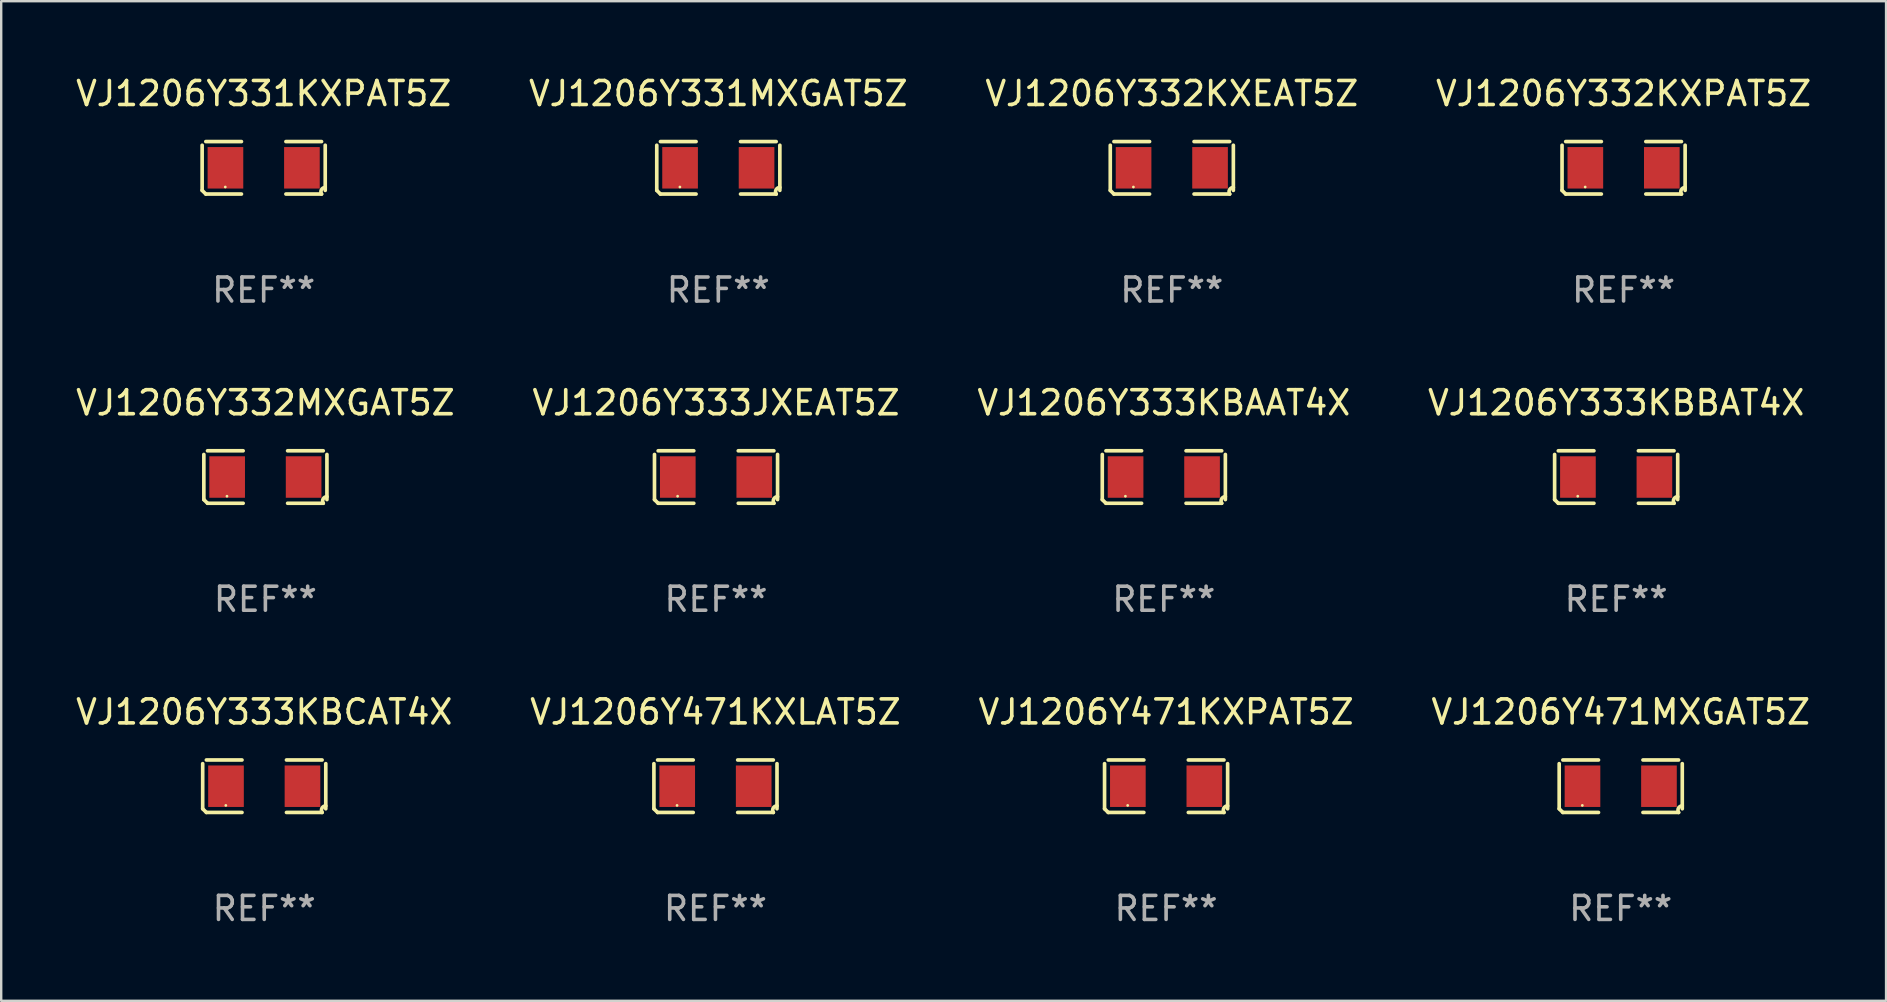
<source format=kicad_pcb>
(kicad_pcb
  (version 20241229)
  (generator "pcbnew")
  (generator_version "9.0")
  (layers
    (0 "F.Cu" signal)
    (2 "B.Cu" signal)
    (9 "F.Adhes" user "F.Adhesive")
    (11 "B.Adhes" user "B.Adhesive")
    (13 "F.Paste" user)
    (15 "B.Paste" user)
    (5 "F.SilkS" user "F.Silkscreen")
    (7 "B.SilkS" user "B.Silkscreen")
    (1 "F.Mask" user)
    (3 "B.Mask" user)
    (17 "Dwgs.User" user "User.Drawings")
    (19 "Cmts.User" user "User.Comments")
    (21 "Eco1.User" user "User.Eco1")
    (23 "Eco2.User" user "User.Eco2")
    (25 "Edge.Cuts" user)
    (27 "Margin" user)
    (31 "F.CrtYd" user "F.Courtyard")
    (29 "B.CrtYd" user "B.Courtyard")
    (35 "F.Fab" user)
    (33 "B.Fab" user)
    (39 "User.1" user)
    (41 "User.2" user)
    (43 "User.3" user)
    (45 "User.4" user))
  (footprint "VJ1206Y471KXLAT5Z"
    (layer "F.Cu")
    (at 26.756 29.704)
    (property "Reference" "VJ1206Y471KXLAT5Z" (at 0 -3.093 0) (layer "F.SilkS") (effects (font (size 1 1) (thickness 0.15))))
    (attr through_hole)
    (fp_line (start -2.564 0.94) (end -2.564 -0.94) (stroke (width 0.152) (type solid)) (layer "F.SilkS"))
    (fp_line (start -2.411 -1.093) (end -0.926 -1.093) (stroke (width 0.152) (type solid)) (layer "F.SilkS"))
    (fp_line (start -0.926 1.093) (end -2.411 1.093) (stroke (width 0.152) (type solid)) (layer "F.SilkS"))
    (fp_line (start 0.926 1.093) (end 2.411 1.093) (stroke (width 0.152) (type solid)) (layer "F.SilkS"))
    (fp_line (start 2.411 -1.093) (end 0.926 -1.093) (stroke (width 0.152) (type solid)) (layer "F.SilkS"))
    (fp_line (start 2.564 0.94) (end 2.564 -0.94) (stroke (width 0.152) (type solid)) (layer "F.SilkS"))
    (fp_arc (start -2.411201 1.092609) (mid -2.487413 1.01642) (end -2.563602 0.940208) (stroke (width 0.1524) (type solid)) (layer "F.SilkS"))
    (fp_arc (start 2.411201 1.092609) (mid 2.407159 0.911226) (end 2.563602 0.819347) (stroke (width 0.1524) (type solid)) (layer "F.SilkS"))
    (fp_circle (center -1.6 0.8) (end -1.57 0.8) (stroke (width 0.06) (type solid)) (fill no) (layer "F.SilkS"))
    (fp_text user "REF**" (at 0 5.093 0) (layer "F.Fab") (effects (font (size 1 1) (thickness 0.15))))
    (pad "1" smd rect (at -1.593 0) (size 1.485 1.728) (layers "F.Cu" "F.Mask" "F.Paste"))
    (pad "2" smd rect (at 1.593 0) (size 1.485 1.728) (layers "F.Cu" "F.Mask" "F.Paste")))
  (footprint "VJ1206Y331KXPAT5Z"
    (layer "F.Cu")
    (at 7.935 3.941)
    (property "Reference" "VJ1206Y331KXPAT5Z" (at 0 -3.093 0) (layer "F.SilkS") (effects (font (size 1 1) (thickness 0.15))))
    (attr through_hole)
    (fp_line (start -2.564 0.94) (end -2.564 -0.94) (stroke (width 0.152) (type solid)) (layer "F.SilkS"))
    (fp_line (start -2.411 -1.093) (end -0.926 -1.093) (stroke (width 0.152) (type solid)) (layer "F.SilkS"))
    (fp_line (start -0.926 1.093) (end -2.411 1.093) (stroke (width 0.152) (type solid)) (layer "F.SilkS"))
    (fp_line (start 0.926 1.093) (end 2.411 1.093) (stroke (width 0.152) (type solid)) (layer "F.SilkS"))
    (fp_line (start 2.411 -1.093) (end 0.926 -1.093) (stroke (width 0.152) (type solid)) (layer "F.SilkS"))
    (fp_line (start 2.564 0.94) (end 2.564 -0.94) (stroke (width 0.152) (type solid)) (layer "F.SilkS"))
    (fp_arc (start -2.411201 1.092609) (mid -2.487413 1.01642) (end -2.563602 0.940208) (stroke (width 0.1524) (type solid)) (layer "F.SilkS"))
    (fp_arc (start 2.411201 1.092609) (mid 2.407159 0.911226) (end 2.563602 0.819347) (stroke (width 0.1524) (type solid)) (layer "F.SilkS"))
    (fp_circle (center -1.6 0.8) (end -1.57 0.8) (stroke (width 0.06) (type solid)) (fill no) (layer "F.SilkS"))
    (fp_text user "REF**" (at 0 5.093 0) (layer "F.Fab") (effects (font (size 1 1) (thickness 0.15))))
    (pad "1" smd rect (at -1.593 0) (size 1.485 1.728) (layers "F.Cu" "F.Mask" "F.Paste"))
    (pad "2" smd rect (at 1.593 0) (size 1.485 1.728) (layers "F.Cu" "F.Mask" "F.Paste")))
  (footprint "VJ1206Y333KBAAT4X"
    (layer "F.Cu")
    (at 45.435 16.823)
    (property "Reference" "VJ1206Y333KBAAT4X" (at 0 -3.093 0) (layer "F.SilkS") (effects (font (size 1 1) (thickness 0.15))))
    (attr through_hole)
    (fp_line (start -2.564 0.94) (end -2.564 -0.94) (stroke (width 0.152) (type solid)) (layer "F.SilkS"))
    (fp_line (start -2.411 -1.093) (end -0.926 -1.093) (stroke (width 0.152) (type solid)) (layer "F.SilkS"))
    (fp_line (start -0.926 1.093) (end -2.411 1.093) (stroke (width 0.152) (type solid)) (layer "F.SilkS"))
    (fp_line (start 0.926 1.093) (end 2.411 1.093) (stroke (width 0.152) (type solid)) (layer "F.SilkS"))
    (fp_line (start 2.411 -1.093) (end 0.926 -1.093) (stroke (width 0.152) (type solid)) (layer "F.SilkS"))
    (fp_line (start 2.564 0.94) (end 2.564 -0.94) (stroke (width 0.152) (type solid)) (layer "F.SilkS"))
    (fp_arc (start -2.411201 1.092609) (mid -2.487413 1.01642) (end -2.563602 0.940208) (stroke (width 0.1524) (type solid)) (layer "F.SilkS"))
    (fp_arc (start 2.411201 1.092609) (mid 2.407159 0.911226) (end 2.563602 0.819347) (stroke (width 0.1524) (type solid)) (layer "F.SilkS"))
    (fp_circle (center -1.6 0.8) (end -1.57 0.8) (stroke (width 0.06) (type solid)) (fill no) (layer "F.SilkS"))
    (fp_text user "REF**" (at 0 5.093 0) (layer "F.Fab") (effects (font (size 1 1) (thickness 0.15))))
    (pad "1" smd rect (at -1.593 0) (size 1.485 1.728) (layers "F.Cu" "F.Mask" "F.Paste"))
    (pad "2" smd rect (at 1.593 0) (size 1.485 1.728) (layers "F.Cu" "F.Mask" "F.Paste")))
  (footprint "VJ1206Y333KBBAT4X"
    (layer "F.Cu")
    (at 64.28 16.823)
    (property "Reference" "VJ1206Y333KBBAT4X" (at 0 -3.093 0) (layer "F.SilkS") (effects (font (size 1 1) (thickness 0.15))))
    (attr through_hole)
    (fp_line (start -2.564 0.94) (end -2.564 -0.94) (stroke (width 0.152) (type solid)) (layer "F.SilkS"))
    (fp_line (start -2.411 -1.093) (end -0.926 -1.093) (stroke (width 0.152) (type solid)) (layer "F.SilkS"))
    (fp_line (start -0.926 1.093) (end -2.411 1.093) (stroke (width 0.152) (type solid)) (layer "F.SilkS"))
    (fp_line (start 0.926 1.093) (end 2.411 1.093) (stroke (width 0.152) (type solid)) (layer "F.SilkS"))
    (fp_line (start 2.411 -1.093) (end 0.926 -1.093) (stroke (width 0.152) (type solid)) (layer "F.SilkS"))
    (fp_line (start 2.564 0.94) (end 2.564 -0.94) (stroke (width 0.152) (type solid)) (layer "F.SilkS"))
    (fp_arc (start -2.411201 1.092609) (mid -2.487413 1.01642) (end -2.563602 0.940208) (stroke (width 0.1524) (type solid)) (layer "F.SilkS"))
    (fp_arc (start 2.411201 1.092609) (mid 2.407159 0.911226) (end 2.563602 0.819347) (stroke (width 0.1524) (type solid)) (layer "F.SilkS"))
    (fp_circle (center -1.6 0.8) (end -1.57 0.8) (stroke (width 0.06) (type solid)) (fill no) (layer "F.SilkS"))
    (fp_text user "REF**" (at 0 5.093 0) (layer "F.Fab") (effects (font (size 1 1) (thickness 0.15))))
    (pad "1" smd rect (at -1.593 0) (size 1.485 1.728) (layers "F.Cu" "F.Mask" "F.Paste"))
    (pad "2" smd rect (at 1.593 0) (size 1.485 1.728) (layers "F.Cu" "F.Mask" "F.Paste")))
  (footprint "VJ1206Y332KXEAT5Z"
    (layer "F.Cu")
    (at 45.768 3.941)
    (property "Reference" "VJ1206Y332KXEAT5Z" (at 0 -3.093 0) (layer "F.SilkS") (effects (font (size 1 1) (thickness 0.15))))
    (attr through_hole)
    (fp_line (start -2.564 0.94) (end -2.564 -0.94) (stroke (width 0.152) (type solid)) (layer "F.SilkS"))
    (fp_line (start -2.411 -1.093) (end -0.926 -1.093) (stroke (width 0.152) (type solid)) (layer "F.SilkS"))
    (fp_line (start -0.926 1.093) (end -2.411 1.093) (stroke (width 0.152) (type solid)) (layer "F.SilkS"))
    (fp_line (start 0.926 1.093) (end 2.411 1.093) (stroke (width 0.152) (type solid)) (layer "F.SilkS"))
    (fp_line (start 2.411 -1.093) (end 0.926 -1.093) (stroke (width 0.152) (type solid)) (layer "F.SilkS"))
    (fp_line (start 2.564 0.94) (end 2.564 -0.94) (stroke (width 0.152) (type solid)) (layer "F.SilkS"))
    (fp_arc (start -2.411201 1.092609) (mid -2.487413 1.01642) (end -2.563602 0.940208) (stroke (width 0.1524) (type solid)) (layer "F.SilkS"))
    (fp_arc (start 2.411201 1.092609) (mid 2.407159 0.911226) (end 2.563602 0.819347) (stroke (width 0.1524) (type solid)) (layer "F.SilkS"))
    (fp_circle (center -1.6 0.8) (end -1.57 0.8) (stroke (width 0.06) (type solid)) (fill no) (layer "F.SilkS"))
    (fp_text user "REF**" (at 0 5.093 0) (layer "F.Fab") (effects (font (size 1 1) (thickness 0.15))))
    (pad "1" smd rect (at -1.593 0) (size 1.485 1.728) (layers "F.Cu" "F.Mask" "F.Paste"))
    (pad "2" smd rect (at 1.593 0) (size 1.485 1.728) (layers "F.Cu" "F.Mask" "F.Paste")))
  (footprint "VJ1206Y471KXPAT5Z"
    (layer "F.Cu")
    (at 45.53 29.704)
    (property "Reference" "VJ1206Y471KXPAT5Z" (at 0 -3.093 0) (layer "F.SilkS") (effects (font (size 1 1) (thickness 0.15))))
    (attr through_hole)
    (fp_line (start -2.564 0.94) (end -2.564 -0.94) (stroke (width 0.152) (type solid)) (layer "F.SilkS"))
    (fp_line (start -2.411 -1.093) (end -0.926 -1.093) (stroke (width 0.152) (type solid)) (layer "F.SilkS"))
    (fp_line (start -0.926 1.093) (end -2.411 1.093) (stroke (width 0.152) (type solid)) (layer "F.SilkS"))
    (fp_line (start 0.926 1.093) (end 2.411 1.093) (stroke (width 0.152) (type solid)) (layer "F.SilkS"))
    (fp_line (start 2.411 -1.093) (end 0.926 -1.093) (stroke (width 0.152) (type solid)) (layer "F.SilkS"))
    (fp_line (start 2.564 0.94) (end 2.564 -0.94) (stroke (width 0.152) (type solid)) (layer "F.SilkS"))
    (fp_arc (start -2.411201 1.092609) (mid -2.487413 1.01642) (end -2.563602 0.940208) (stroke (width 0.1524) (type solid)) (layer "F.SilkS"))
    (fp_arc (start 2.411201 1.092609) (mid 2.407159 0.911226) (end 2.563602 0.819347) (stroke (width 0.1524) (type solid)) (layer "F.SilkS"))
    (fp_circle (center -1.6 0.8) (end -1.57 0.8) (stroke (width 0.06) (type solid)) (fill no) (layer "F.SilkS"))
    (fp_text user "REF**" (at 0 5.093 0) (layer "F.Fab") (effects (font (size 1 1) (thickness 0.15))))
    (pad "1" smd rect (at -1.593 0) (size 1.485 1.728) (layers "F.Cu" "F.Mask" "F.Paste"))
    (pad "2" smd rect (at 1.593 0) (size 1.485 1.728) (layers "F.Cu" "F.Mask" "F.Paste")))
  (footprint "VJ1206Y333JXEAT5Z"
    (layer "F.Cu")
    (at 26.78 16.823)
    (property "Reference" "VJ1206Y333JXEAT5Z" (at 0 -3.093 0) (layer "F.SilkS") (effects (font (size 1 1) (thickness 0.15))))
    (attr through_hole)
    (fp_line (start -2.564 0.94) (end -2.564 -0.94) (stroke (width 0.152) (type solid)) (layer "F.SilkS"))
    (fp_line (start -2.411 -1.093) (end -0.926 -1.093) (stroke (width 0.152) (type solid)) (layer "F.SilkS"))
    (fp_line (start -0.926 1.093) (end -2.411 1.093) (stroke (width 0.152) (type solid)) (layer "F.SilkS"))
    (fp_line (start 0.926 1.093) (end 2.411 1.093) (stroke (width 0.152) (type solid)) (layer "F.SilkS"))
    (fp_line (start 2.411 -1.093) (end 0.926 -1.093) (stroke (width 0.152) (type solid)) (layer "F.SilkS"))
    (fp_line (start 2.564 0.94) (end 2.564 -0.94) (stroke (width 0.152) (type solid)) (layer "F.SilkS"))
    (fp_arc (start -2.411201 1.092609) (mid -2.487413 1.01642) (end -2.563602 0.940208) (stroke (width 0.1524) (type solid)) (layer "F.SilkS"))
    (fp_arc (start 2.411201 1.092609) (mid 2.407159 0.911226) (end 2.563602 0.819347) (stroke (width 0.1524) (type solid)) (layer "F.SilkS"))
    (fp_circle (center -1.6 0.8) (end -1.57 0.8) (stroke (width 0.06) (type solid)) (fill no) (layer "F.SilkS"))
    (fp_text user "REF**" (at 0 5.093 0) (layer "F.Fab") (effects (font (size 1 1) (thickness 0.15))))
    (pad "1" smd rect (at -1.593 0) (size 1.485 1.728) (layers "F.Cu" "F.Mask" "F.Paste"))
    (pad "2" smd rect (at 1.593 0) (size 1.485 1.728) (layers "F.Cu" "F.Mask" "F.Paste")))
  (footprint "VJ1206Y333KBCAT4X"
    (layer "F.Cu")
    (at 7.958 29.704)
    (property "Reference" "VJ1206Y333KBCAT4X" (at 0 -3.093 0) (layer "F.SilkS") (effects (font (size 1 1) (thickness 0.15))))
    (attr through_hole)
    (fp_line (start -2.564 0.94) (end -2.564 -0.94) (stroke (width 0.152) (type solid)) (layer "F.SilkS"))
    (fp_line (start -2.411 -1.093) (end -0.926 -1.093) (stroke (width 0.152) (type solid)) (layer "F.SilkS"))
    (fp_line (start -0.926 1.093) (end -2.411 1.093) (stroke (width 0.152) (type solid)) (layer "F.SilkS"))
    (fp_line (start 0.926 1.093) (end 2.411 1.093) (stroke (width 0.152) (type solid)) (layer "F.SilkS"))
    (fp_line (start 2.411 -1.093) (end 0.926 -1.093) (stroke (width 0.152) (type solid)) (layer "F.SilkS"))
    (fp_line (start 2.564 0.94) (end 2.564 -0.94) (stroke (width 0.152) (type solid)) (layer "F.SilkS"))
    (fp_arc (start -2.411201 1.092609) (mid -2.487413 1.01642) (end -2.563602 0.940208) (stroke (width 0.1524) (type solid)) (layer "F.SilkS"))
    (fp_arc (start 2.411201 1.092609) (mid 2.407159 0.911226) (end 2.563602 0.819347) (stroke (width 0.1524) (type solid)) (layer "F.SilkS"))
    (fp_circle (center -1.6 0.8) (end -1.57 0.8) (stroke (width 0.06) (type solid)) (fill no) (layer "F.SilkS"))
    (fp_text user "REF**" (at 0 5.093 0) (layer "F.Fab") (effects (font (size 1 1) (thickness 0.15))))
    (pad "1" smd rect (at -1.593 0) (size 1.485 1.728) (layers "F.Cu" "F.Mask" "F.Paste"))
    (pad "2" smd rect (at 1.593 0) (size 1.485 1.728) (layers "F.Cu" "F.Mask" "F.Paste")))
  (footprint "VJ1206Y332KXPAT5Z"
    (layer "F.Cu")
    (at 64.589 3.941)
    (property "Reference" "VJ1206Y332KXPAT5Z" (at 0 -3.093 0) (layer "F.SilkS") (effects (font (size 1 1) (thickness 0.15))))
    (attr through_hole)
    (fp_line (start -2.564 0.94) (end -2.564 -0.94) (stroke (width 0.152) (type solid)) (layer "F.SilkS"))
    (fp_line (start -2.411 -1.093) (end -0.926 -1.093) (stroke (width 0.152) (type solid)) (layer "F.SilkS"))
    (fp_line (start -0.926 1.093) (end -2.411 1.093) (stroke (width 0.152) (type solid)) (layer "F.SilkS"))
    (fp_line (start 0.926 1.093) (end 2.411 1.093) (stroke (width 0.152) (type solid)) (layer "F.SilkS"))
    (fp_line (start 2.411 -1.093) (end 0.926 -1.093) (stroke (width 0.152) (type solid)) (layer "F.SilkS"))
    (fp_line (start 2.564 0.94) (end 2.564 -0.94) (stroke (width 0.152) (type solid)) (layer "F.SilkS"))
    (fp_arc (start -2.411201 1.092609) (mid -2.487413 1.01642) (end -2.563602 0.940208) (stroke (width 0.1524) (type solid)) (layer "F.SilkS"))
    (fp_arc (start 2.411201 1.092609) (mid 2.407159 0.911226) (end 2.563602 0.819347) (stroke (width 0.1524) (type solid)) (layer "F.SilkS"))
    (fp_circle (center -1.6 0.8) (end -1.57 0.8) (stroke (width 0.06) (type solid)) (fill no) (layer "F.SilkS"))
    (fp_text user "REF**" (at 0 5.093 0) (layer "F.Fab") (effects (font (size 1 1) (thickness 0.15))))
    (pad "1" smd rect (at -1.593 0) (size 1.485 1.728) (layers "F.Cu" "F.Mask" "F.Paste"))
    (pad "2" smd rect (at 1.593 0) (size 1.485 1.728) (layers "F.Cu" "F.Mask" "F.Paste")))
  (footprint "VJ1206Y471MXGAT5Z"
    (layer "F.Cu")
    (at 64.47 29.704)
    (property "Reference" "VJ1206Y471MXGAT5Z" (at 0 -3.093 0) (layer "F.SilkS") (effects (font (size 1 1) (thickness 0.15))))
    (attr through_hole)
    (fp_line (start -2.564 0.94) (end -2.564 -0.94) (stroke (width 0.152) (type solid)) (layer "F.SilkS"))
    (fp_line (start -2.411 -1.093) (end -0.926 -1.093) (stroke (width 0.152) (type solid)) (layer "F.SilkS"))
    (fp_line (start -0.926 1.093) (end -2.411 1.093) (stroke (width 0.152) (type solid)) (layer "F.SilkS"))
    (fp_line (start 0.926 1.093) (end 2.411 1.093) (stroke (width 0.152) (type solid)) (layer "F.SilkS"))
    (fp_line (start 2.411 -1.093) (end 0.926 -1.093) (stroke (width 0.152) (type solid)) (layer "F.SilkS"))
    (fp_line (start 2.564 0.94) (end 2.564 -0.94) (stroke (width 0.152) (type solid)) (layer "F.SilkS"))
    (fp_arc (start -2.411201 1.092609) (mid -2.487413 1.01642) (end -2.563602 0.940208) (stroke (width 0.1524) (type solid)) (layer "F.SilkS"))
    (fp_arc (start 2.411201 1.092609) (mid 2.407159 0.911226) (end 2.563602 0.819347) (stroke (width 0.1524) (type solid)) (layer "F.SilkS"))
    (fp_circle (center -1.6 0.8) (end -1.57 0.8) (stroke (width 0.06) (type solid)) (fill no) (layer "F.SilkS"))
    (fp_text user "REF**" (at 0 5.093 0) (layer "F.Fab") (effects (font (size 1 1) (thickness 0.15))))
    (pad "1" smd rect (at -1.593 0) (size 1.485 1.728) (layers "F.Cu" "F.Mask" "F.Paste"))
    (pad "2" smd rect (at 1.593 0) (size 1.485 1.728) (layers "F.Cu" "F.Mask" "F.Paste")))
  (footprint "VJ1206Y331MXGAT5Z"
    (layer "F.Cu")
    (at 26.875 3.941)
    (property "Reference" "VJ1206Y331MXGAT5Z" (at 0 -3.093 0) (layer "F.SilkS") (effects (font (size 1 1) (thickness 0.15))))
    (attr through_hole)
    (fp_line (start -2.564 0.94) (end -2.564 -0.94) (stroke (width 0.152) (type solid)) (layer "F.SilkS"))
    (fp_line (start -2.411 -1.093) (end -0.926 -1.093) (stroke (width 0.152) (type solid)) (layer "F.SilkS"))
    (fp_line (start -0.926 1.093) (end -2.411 1.093) (stroke (width 0.152) (type solid)) (layer "F.SilkS"))
    (fp_line (start 0.926 1.093) (end 2.411 1.093) (stroke (width 0.152) (type solid)) (layer "F.SilkS"))
    (fp_line (start 2.411 -1.093) (end 0.926 -1.093) (stroke (width 0.152) (type solid)) (layer "F.SilkS"))
    (fp_line (start 2.564 0.94) (end 2.564 -0.94) (stroke (width 0.152) (type solid)) (layer "F.SilkS"))
    (fp_arc (start -2.411201 1.092609) (mid -2.487413 1.01642) (end -2.563602 0.940208) (stroke (width 0.1524) (type solid)) (layer "F.SilkS"))
    (fp_arc (start 2.411201 1.092609) (mid 2.407159 0.911226) (end 2.563602 0.819347) (stroke (width 0.1524) (type solid)) (layer "F.SilkS"))
    (fp_circle (center -1.6 0.8) (end -1.57 0.8) (stroke (width 0.06) (type solid)) (fill no) (layer "F.SilkS"))
    (fp_text user "REF**" (at 0 5.093 0) (layer "F.Fab") (effects (font (size 1 1) (thickness 0.15))))
    (pad "1" smd rect (at -1.593 0) (size 1.485 1.728) (layers "F.Cu" "F.Mask" "F.Paste"))
    (pad "2" smd rect (at 1.593 0) (size 1.485 1.728) (layers "F.Cu" "F.Mask" "F.Paste")))
  (footprint "VJ1206Y332MXGAT5Z"
    (layer "F.Cu")
    (at 8.006 16.823)
    (property "Reference" "VJ1206Y332MXGAT5Z" (at 0 -3.093 0) (layer "F.SilkS") (effects (font (size 1 1) (thickness 0.15))))
    (attr through_hole)
    (fp_line (start -2.564 0.94) (end -2.564 -0.94) (stroke (width 0.152) (type solid)) (layer "F.SilkS"))
    (fp_line (start -2.411 -1.093) (end -0.926 -1.093) (stroke (width 0.152) (type solid)) (layer "F.SilkS"))
    (fp_line (start -0.926 1.093) (end -2.411 1.093) (stroke (width 0.152) (type solid)) (layer "F.SilkS"))
    (fp_line (start 0.926 1.093) (end 2.411 1.093) (stroke (width 0.152) (type solid)) (layer "F.SilkS"))
    (fp_line (start 2.411 -1.093) (end 0.926 -1.093) (stroke (width 0.152) (type solid)) (layer "F.SilkS"))
    (fp_line (start 2.564 0.94) (end 2.564 -0.94) (stroke (width 0.152) (type solid)) (layer "F.SilkS"))
    (fp_arc (start -2.411201 1.092609) (mid -2.487413 1.01642) (end -2.563602 0.940208) (stroke (width 0.1524) (type solid)) (layer "F.SilkS"))
    (fp_arc (start 2.411201 1.092609) (mid 2.407159 0.911226) (end 2.563602 0.819347) (stroke (width 0.1524) (type solid)) (layer "F.SilkS"))
    (fp_circle (center -1.6 0.8) (end -1.57 0.8) (stroke (width 0.06) (type solid)) (fill no) (layer "F.SilkS"))
    (fp_text user "REF**" (at 0 5.093 0) (layer "F.Fab") (effects (font (size 1 1) (thickness 0.15))))
    (pad "1" smd rect (at -1.593 0) (size 1.485 1.728) (layers "F.Cu" "F.Mask" "F.Paste"))
    (pad "2" smd rect (at 1.593 0) (size 1.485 1.728) (layers "F.Cu" "F.Mask" "F.Paste")))
  (gr_rect
    (start -3 -3)
    (end 75.524 38.645)
    (stroke (width 0.1) (type default))
    (fill no)
    (layer "Edge.Cuts")))
</source>
